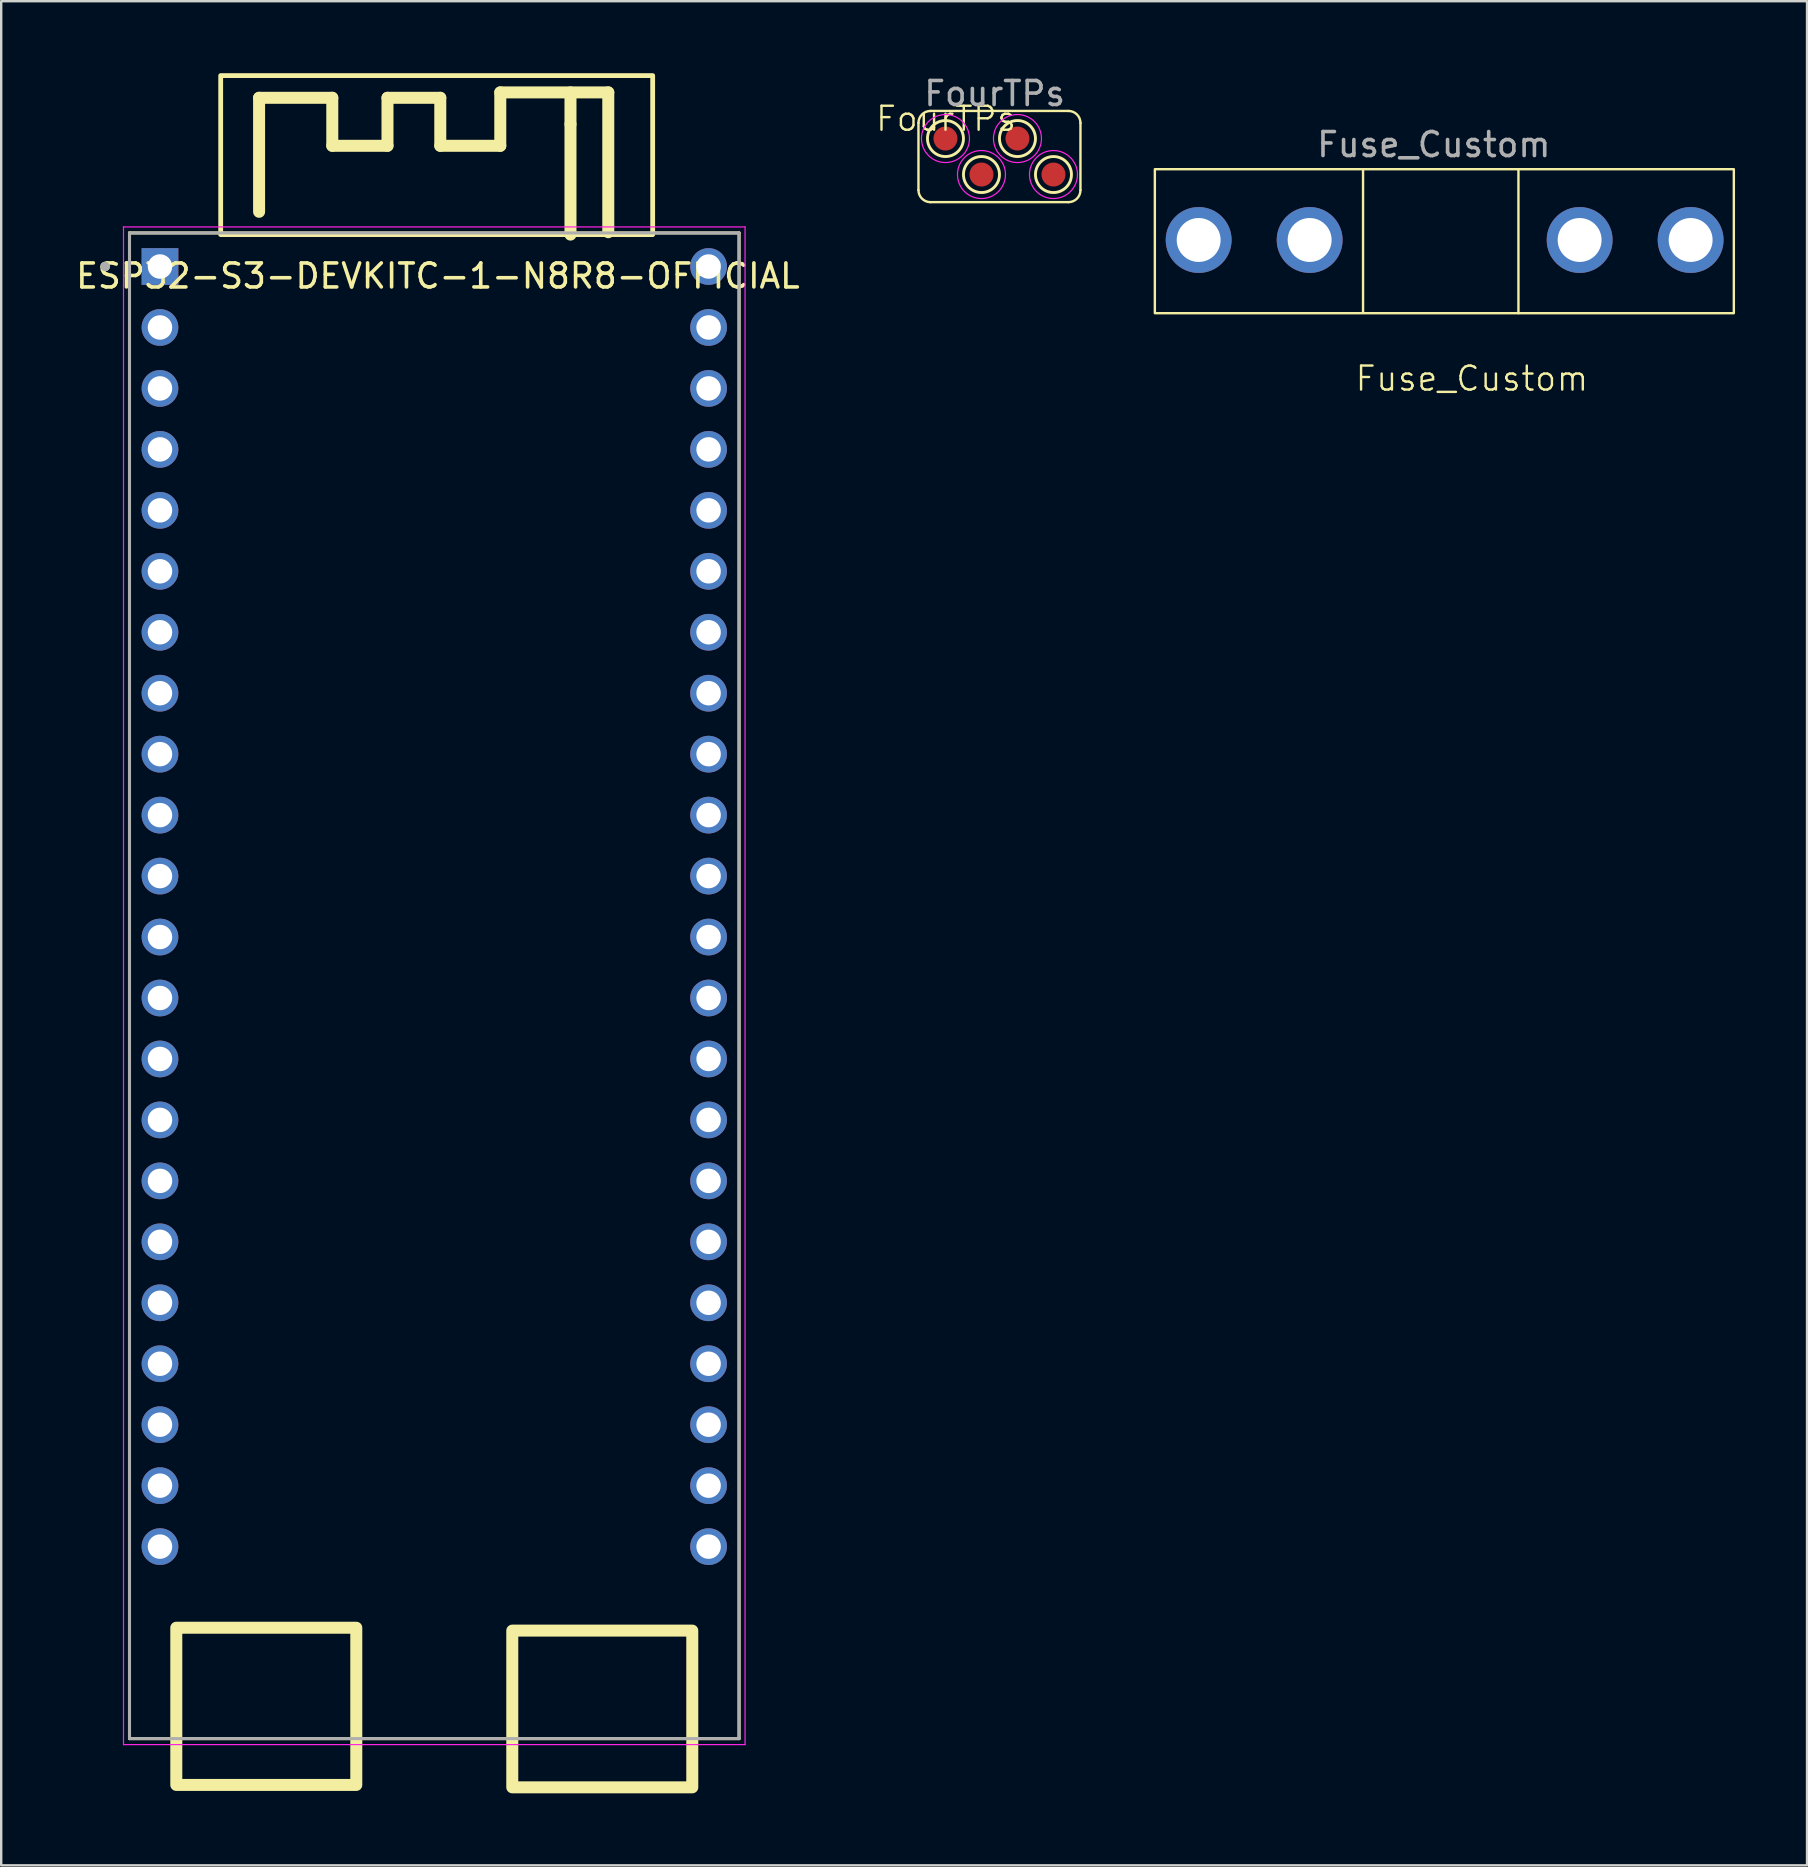
<source format=kicad_pcb>
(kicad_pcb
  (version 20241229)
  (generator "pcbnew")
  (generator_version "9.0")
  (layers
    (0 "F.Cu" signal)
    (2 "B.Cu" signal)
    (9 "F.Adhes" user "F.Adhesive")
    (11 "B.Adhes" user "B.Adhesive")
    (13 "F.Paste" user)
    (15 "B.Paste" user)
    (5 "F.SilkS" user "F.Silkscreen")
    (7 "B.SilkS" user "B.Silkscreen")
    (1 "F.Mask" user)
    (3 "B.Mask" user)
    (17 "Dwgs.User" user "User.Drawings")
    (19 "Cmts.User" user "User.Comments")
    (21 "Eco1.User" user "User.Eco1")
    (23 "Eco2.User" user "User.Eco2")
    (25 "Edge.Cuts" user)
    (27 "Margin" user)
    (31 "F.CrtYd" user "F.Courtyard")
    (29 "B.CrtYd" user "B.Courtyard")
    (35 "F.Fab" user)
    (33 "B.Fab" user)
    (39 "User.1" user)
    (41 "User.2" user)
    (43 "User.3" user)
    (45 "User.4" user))
  (footprint "ESP32-S3-DEVKITC-1-N8R8-OFFICIAL"
    (layer "F.Cu")
    (at 15.046 38.025)
    (property "Reference" "ESP32-S3-DEVKITC-1-N8R8-OFFICIAL" (at 0.15 -29.575 0) (layer "F.SilkS") (effects (font (size 1 1) (thickness 0.15))))
    (attr through_hole)
    (fp_line (start -12.7 -31.37) (end 12.7 -31.37) (stroke (width 0.127) (type solid)) (layer "F.SilkS"))
    (fp_line (start -12.7 31.37) (end -12.7 -31.37) (stroke (width 0.127) (type solid)) (layer "F.SilkS"))
    (fp_line (start -7.3 -37) (end -7.3 -32.25) (stroke (width 0.5) (type solid)) (layer "F.SilkS"))
    (fp_line (start -4.25 -37) (end -7.3 -37) (stroke (width 0.5) (type solid)) (layer "F.SilkS"))
    (fp_line (start -4.25 -35) (end -4.25 -37) (stroke (width 0.5) (type solid)) (layer "F.SilkS"))
    (fp_line (start -1.95 -37) (end -1.95 -35) (stroke (width 0.5) (type solid)) (layer "F.SilkS"))
    (fp_line (start -1.95 -35) (end -4.25 -35) (stroke (width 0.5) (type solid)) (layer "F.SilkS"))
    (fp_line (start 0.25 -37) (end -1.95 -37) (stroke (width 0.5) (type solid)) (layer "F.SilkS"))
    (fp_line (start 0.25 -35) (end 0.25 -37) (stroke (width 0.5) (type solid)) (layer "F.SilkS"))
    (fp_line (start 2.75 -37.225) (end 2.75 -35) (stroke (width 0.5) (type solid)) (layer "F.SilkS"))
    (fp_line (start 2.75 -35) (end 0.25 -35) (stroke (width 0.5) (type solid)) (layer "F.SilkS"))
    (fp_line (start 5.675 -35.9) (end 5.675 -37.225) (stroke (width 0.5) (type solid)) (layer "F.SilkS"))
    (fp_line (start 5.675 -31.3) (end 5.675 -35.9) (stroke (width 0.5) (type solid)) (layer "F.SilkS"))
    (fp_line (start 7.25 -37.225) (end 2.75 -37.225) (stroke (width 0.5) (type solid)) (layer "F.SilkS"))
    (fp_line (start 7.25 -31.4) (end 7.25 -37.225) (stroke (width 0.5) (type solid)) (layer "F.SilkS"))
    (fp_line (start 12.7 -31.37) (end 12.7 31.37) (stroke (width 0.127) (type solid)) (layer "F.SilkS"))
    (fp_line (start 12.7 31.37) (end -12.7 31.37) (stroke (width 0.127) (type solid)) (layer "F.SilkS"))
    (fp_rect (start -10.75 26.75) (end -3.25 33.3) (stroke (width 0.5) (type solid)) (fill no) (layer "F.SilkS"))
    (fp_rect (start -8.9 -37.925) (end 9.1 -31.3) (stroke (width 0.2) (type solid)) (fill no) (layer "F.SilkS"))
    (fp_rect (start 3.25 26.87) (end 10.75 33.4) (stroke (width 0.5) (type solid)) (fill no) (layer "F.SilkS"))
    (fp_circle (center -13.716 -29.972) (end -13.616 -29.972) (stroke (width 0.2) (type solid)) (fill no) (layer "F.SilkS"))
    (fp_line (start -12.95 -31.62) (end -12.95 31.62) (stroke (width 0.05) (type solid)) (layer "F.CrtYd"))
    (fp_line (start -12.95 31.62) (end 12.95 31.62) (stroke (width 0.05) (type solid)) (layer "F.CrtYd"))
    (fp_line (start 12.95 -31.62) (end -12.95 -31.62) (stroke (width 0.05) (type solid)) (layer "F.CrtYd"))
    (fp_line (start 12.95 31.62) (end 12.95 -31.62) (stroke (width 0.05) (type solid)) (layer "F.CrtYd"))
    (fp_line (start -12.7 -31.37) (end 12.7 -31.37) (stroke (width 0.127) (type solid)) (layer "F.Fab"))
    (fp_line (start -12.7 31.37) (end -12.7 -31.37) (stroke (width 0.127) (type solid)) (layer "F.Fab"))
    (fp_line (start 12.7 -31.37) (end 12.7 31.37) (stroke (width 0.127) (type solid)) (layer "F.Fab"))
    (fp_line (start 12.7 31.37) (end -12.7 31.37) (stroke (width 0.127) (type solid)) (layer "F.Fab"))
    (fp_circle (center -13.716 -29.972) (end -13.616 -29.972) (stroke (width 0.2) (type solid)) (fill no) (layer "F.Fab"))
    (pad "J1_1" thru_hole rect (at -11.43 -29.97) (size 1.53 1.53) (drill 1.02) (layers "*.Cu" "*.Mask"))
    (pad "J1_2" thru_hole circle (at -11.43 -27.43) (size 1.53 1.53) (drill 1.02) (layers "*.Cu" "*.Mask"))
    (pad "J1_3" thru_hole circle (at -11.43 -24.89) (size 1.53 1.53) (drill 1.02) (layers "*.Cu" "*.Mask"))
    (pad "J1_4" thru_hole circle (at -11.43 -22.35) (size 1.53 1.53) (drill 1.02) (layers "*.Cu" "*.Mask"))
    (pad "J1_5" thru_hole circle (at -11.43 -19.81) (size 1.53 1.53) (drill 1.02) (layers "*.Cu" "*.Mask"))
    (pad "J1_6" thru_hole circle (at -11.43 -17.27) (size 1.53 1.53) (drill 1.02) (layers "*.Cu" "*.Mask"))
    (pad "J1_7" thru_hole circle (at -11.43 -14.73) (size 1.53 1.53) (drill 1.02) (layers "*.Cu" "*.Mask"))
    (pad "J1_8" thru_hole circle (at -11.43 -12.19) (size 1.53 1.53) (drill 1.02) (layers "*.Cu" "*.Mask"))
    (pad "J1_9" thru_hole circle (at -11.43 -9.65) (size 1.53 1.53) (drill 1.02) (layers "*.Cu" "*.Mask"))
    (pad "J1_10" thru_hole circle (at -11.43 -7.11) (size 1.53 1.53) (drill 1.02) (layers "*.Cu" "*.Mask"))
    (pad "J1_11" thru_hole circle (at -11.43 -4.57) (size 1.53 1.53) (drill 1.02) (layers "*.Cu" "*.Mask"))
    (pad "J1_12" thru_hole circle (at -11.43 -2.03) (size 1.53 1.53) (drill 1.02) (layers "*.Cu" "*.Mask"))
    (pad "J1_13" thru_hole circle (at -11.43 0.51) (size 1.53 1.53) (drill 1.02) (layers "*.Cu" "*.Mask"))
    (pad "J1_14" thru_hole circle (at -11.43 3.05) (size 1.53 1.53) (drill 1.02) (layers "*.Cu" "*.Mask"))
    (pad "J1_15" thru_hole circle (at -11.43 5.59) (size 1.53 1.53) (drill 1.02) (layers "*.Cu" "*.Mask"))
    (pad "J1_16" thru_hole circle (at -11.43 8.13) (size 1.53 1.53) (drill 1.02) (layers "*.Cu" "*.Mask"))
    (pad "J1_17" thru_hole circle (at -11.43 10.67) (size 1.53 1.53) (drill 1.02) (layers "*.Cu" "*.Mask"))
    (pad "J1_18" thru_hole circle (at -11.43 13.21) (size 1.53 1.53) (drill 1.02) (layers "*.Cu" "*.Mask"))
    (pad "J1_19" thru_hole circle (at -11.43 15.75) (size 1.53 1.53) (drill 1.02) (layers "*.Cu" "*.Mask"))
    (pad "J1_20" thru_hole circle (at -11.43 18.29) (size 1.53 1.53) (drill 1.02) (layers "*.Cu" "*.Mask"))
    (pad "J1_21" thru_hole circle (at -11.43 20.83) (size 1.53 1.53) (drill 1.02) (layers "*.Cu" "*.Mask"))
    (pad "J1_22" thru_hole circle (at -11.43 23.37) (size 1.53 1.53) (drill 1.02) (layers "*.Cu" "*.Mask"))
    (pad "J3_1" thru_hole circle (at 11.43 -29.97) (size 1.53 1.53) (drill 1.02) (layers "*.Cu" "*.Mask"))
    (pad "J3_2" thru_hole circle (at 11.43 -27.43) (size 1.53 1.53) (drill 1.02) (layers "*.Cu" "*.Mask"))
    (pad "J3_3" thru_hole circle (at 11.43 -24.89) (size 1.53 1.53) (drill 1.02) (layers "*.Cu" "*.Mask"))
    (pad "J3_4" thru_hole circle (at 11.43 -22.35) (size 1.53 1.53) (drill 1.02) (layers "*.Cu" "*.Mask"))
    (pad "J3_5" thru_hole circle (at 11.43 -19.81) (size 1.53 1.53) (drill 1.02) (layers "*.Cu" "*.Mask"))
    (pad "J3_6" thru_hole circle (at 11.43 -17.27) (size 1.53 1.53) (drill 1.02) (layers "*.Cu" "*.Mask"))
    (pad "J3_7" thru_hole circle (at 11.43 -14.73) (size 1.53 1.53) (drill 1.02) (layers "*.Cu" "*.Mask"))
    (pad "J3_8" thru_hole circle (at 11.43 -12.19) (size 1.53 1.53) (drill 1.02) (layers "*.Cu" "*.Mask"))
    (pad "J3_9" thru_hole circle (at 11.43 -9.65) (size 1.53 1.53) (drill 1.02) (layers "*.Cu" "*.Mask"))
    (pad "J3_10" thru_hole circle (at 11.43 -7.11) (size 1.53 1.53) (drill 1.02) (layers "*.Cu" "*.Mask"))
    (pad "J3_11" thru_hole circle (at 11.43 -4.57) (size 1.53 1.53) (drill 1.02) (layers "*.Cu" "*.Mask"))
    (pad "J3_12" thru_hole circle (at 11.43 -2.03) (size 1.53 1.53) (drill 1.02) (layers "*.Cu" "*.Mask"))
    (pad "J3_13" thru_hole circle (at 11.43 0.51) (size 1.53 1.53) (drill 1.02) (layers "*.Cu" "*.Mask"))
    (pad "J3_14" thru_hole circle (at 11.43 3.05) (size 1.53 1.53) (drill 1.02) (layers "*.Cu" "*.Mask"))
    (pad "J3_15" thru_hole circle (at 11.43 5.59) (size 1.53 1.53) (drill 1.02) (layers "*.Cu" "*.Mask"))
    (pad "J3_16" thru_hole circle (at 11.43 8.13) (size 1.53 1.53) (drill 1.02) (layers "*.Cu" "*.Mask"))
    (pad "J3_17" thru_hole circle (at 11.43 10.67) (size 1.53 1.53) (drill 1.02) (layers "*.Cu" "*.Mask"))
    (pad "J3_18" thru_hole circle (at 11.43 13.21) (size 1.53 1.53) (drill 1.02) (layers "*.Cu" "*.Mask"))
    (pad "J3_19" thru_hole circle (at 11.43 15.75) (size 1.53 1.53) (drill 1.02) (layers "*.Cu" "*.Mask"))
    (pad "J3_20" thru_hole circle (at 11.43 18.29) (size 1.53 1.53) (drill 1.02) (layers "*.Cu" "*.Mask"))
    (pad "J3_21" thru_hole circle (at 11.43 20.83) (size 1.53 1.53) (drill 1.02) (layers "*.Cu" "*.Mask"))
    (pad "J3_22" thru_hole circle (at 11.43 23.37) (size 1.53 1.53) (drill 1.02) (layers "*.Cu" "*.Mask")))
  (footprint "FourTPs"
    (layer "F.Cu")
    (at 36.371 2.398)
    (property "Reference" "FourTPs" (at 0 -0.5 0) (unlocked yes) (layer "F.SilkS") (effects (font (size 1 1) (thickness 0.1))))
    (attr exclude_from_pos_files exclude_from_bom)
    (fp_line (start -1.15 2.475) (end -1.15 -0.325) (stroke (width 0.1) (type default)) (layer "F.SilkS"))
    (fp_line (start -0.65 -0.825) (end 5.1 -0.825) (stroke (width 0.1) (type default)) (layer "F.SilkS"))
    (fp_line (start 5.1 2.975) (end -0.65 2.975) (stroke (width 0.1) (type default)) (layer "F.SilkS"))
    (fp_line (start 5.6 -0.325) (end 5.6 2.475) (stroke (width 0.1) (type default)) (layer "F.SilkS"))
    (fp_arc (start -1.15 -0.325) (mid -1.003553 -0.678553) (end -0.65 -0.825) (stroke (width 0.1) (type default)) (layer "F.SilkS"))
    (fp_arc (start -0.65 2.975) (mid -1.003553 2.828553) (end -1.15 2.475) (stroke (width 0.1) (type default)) (layer "F.SilkS"))
    (fp_arc (start 5.1 -0.825) (mid 5.453553 -0.678553) (end 5.6 -0.325) (stroke (width 0.1) (type default)) (layer "F.SilkS"))
    (fp_arc (start 5.6 2.475) (mid 5.453553 2.828553) (end 5.1 2.975) (stroke (width 0.1) (type default)) (layer "F.SilkS"))
    (fp_circle (center -0.025 0.325) (end 0.725 0.325) (stroke (width 0.12) (type solid)) (fill no) (layer "F.SilkS"))
    (fp_circle (center 1.475 1.825) (end 2.225 1.825) (stroke (width 0.12) (type solid)) (fill no) (layer "F.SilkS"))
    (fp_circle (center 2.975 0.325) (end 3.725 0.325) (stroke (width 0.12) (type solid)) (fill no) (layer "F.SilkS"))
    (fp_circle (center 4.475 1.825) (end 5.225 1.825) (stroke (width 0.12) (type solid)) (fill no) (layer "F.SilkS"))
    (fp_circle (center -0.025 0.325) (end 0.975 0.325) (stroke (width 0.05) (type solid)) (fill no) (layer "F.CrtYd"))
    (fp_circle (center 1.475 1.825) (end 2.475 1.825) (stroke (width 0.05) (type solid)) (fill no) (layer "F.CrtYd"))
    (fp_circle (center 2.975 0.325) (end 3.975 0.325) (stroke (width 0.05) (type solid)) (fill no) (layer "F.CrtYd"))
    (fp_circle (center 4.475 1.825) (end 5.475 1.825) (stroke (width 0.05) (type solid)) (fill no) (layer "F.CrtYd"))
    (fp_text user "${REFERENCE}" (at 2.025 -1.55 0) (layer "F.Fab") (effects (font (size 1 1) (thickness 0.15))))
    (pad "1" smd circle (at -0.025 0.325) (size 1 1) (layers "F.Cu" "F.Mask"))
    (pad "2" smd circle (at 1.475 1.825) (size 1 1) (layers "F.Cu" "F.Mask"))
    (pad "3" smd circle (at 2.975 0.325) (size 1 1) (layers "F.Cu" "F.Mask"))
    (pad "4" smd circle (at 4.475 1.825) (size 1 1) (layers "F.Cu" "F.Mask")))
  (footprint "Fuse_Custom"
    (layer "F.Cu")
    (at 50.871 0.25)
    (property "Reference" "Fuse_Custom" (at 7.412 12.475 0) (unlocked yes) (layer "F.SilkS") (effects (font (size 1 1) (thickness 0.1))))
    (attr through_hole)
    (fp_line (start 2.875 3.775) (end 2.875 9.725) (stroke (width 0.1) (type default)) (layer "F.SilkS"))
    (fp_line (start 9.35 9.75) (end 9.35 3.75) (stroke (width 0.1) (type default)) (layer "F.SilkS"))
    (fp_rect (start -5.8 3.75) (end 18.325 9.75) (stroke (width 0.1) (type default)) (fill no) (layer "F.SilkS"))
    (fp_text user "${REFERENCE}" (at 5.825 2.725 0) (unlocked yes) (layer "F.Fab") (effects (font (size 1 1) (thickness 0.15))))
    (pad "1" thru_hole circle (at -3.975 6.7) (size 2.745 2.745) (drill 1.83) (layers "*.Cu" "*.Mask"))
    (pad "1" thru_hole circle (at 0.65 6.7) (size 2.745 2.745) (drill 1.83) (layers "*.Cu" "*.Mask"))
    (pad "2" thru_hole circle (at 11.9 6.7) (size 2.745 2.745) (drill 1.83) (layers "*.Cu" "*.Mask"))
    (pad "2" thru_hole circle (at 16.525 6.7) (size 2.745 2.745) (drill 1.83) (layers "*.Cu" "*.Mask")))
  (gr_rect
    (start -3 -3)
    (end 72.246 74.675)
    (stroke (width 0.1) (type default))
    (fill no)
    (layer "Edge.Cuts")))
</source>
